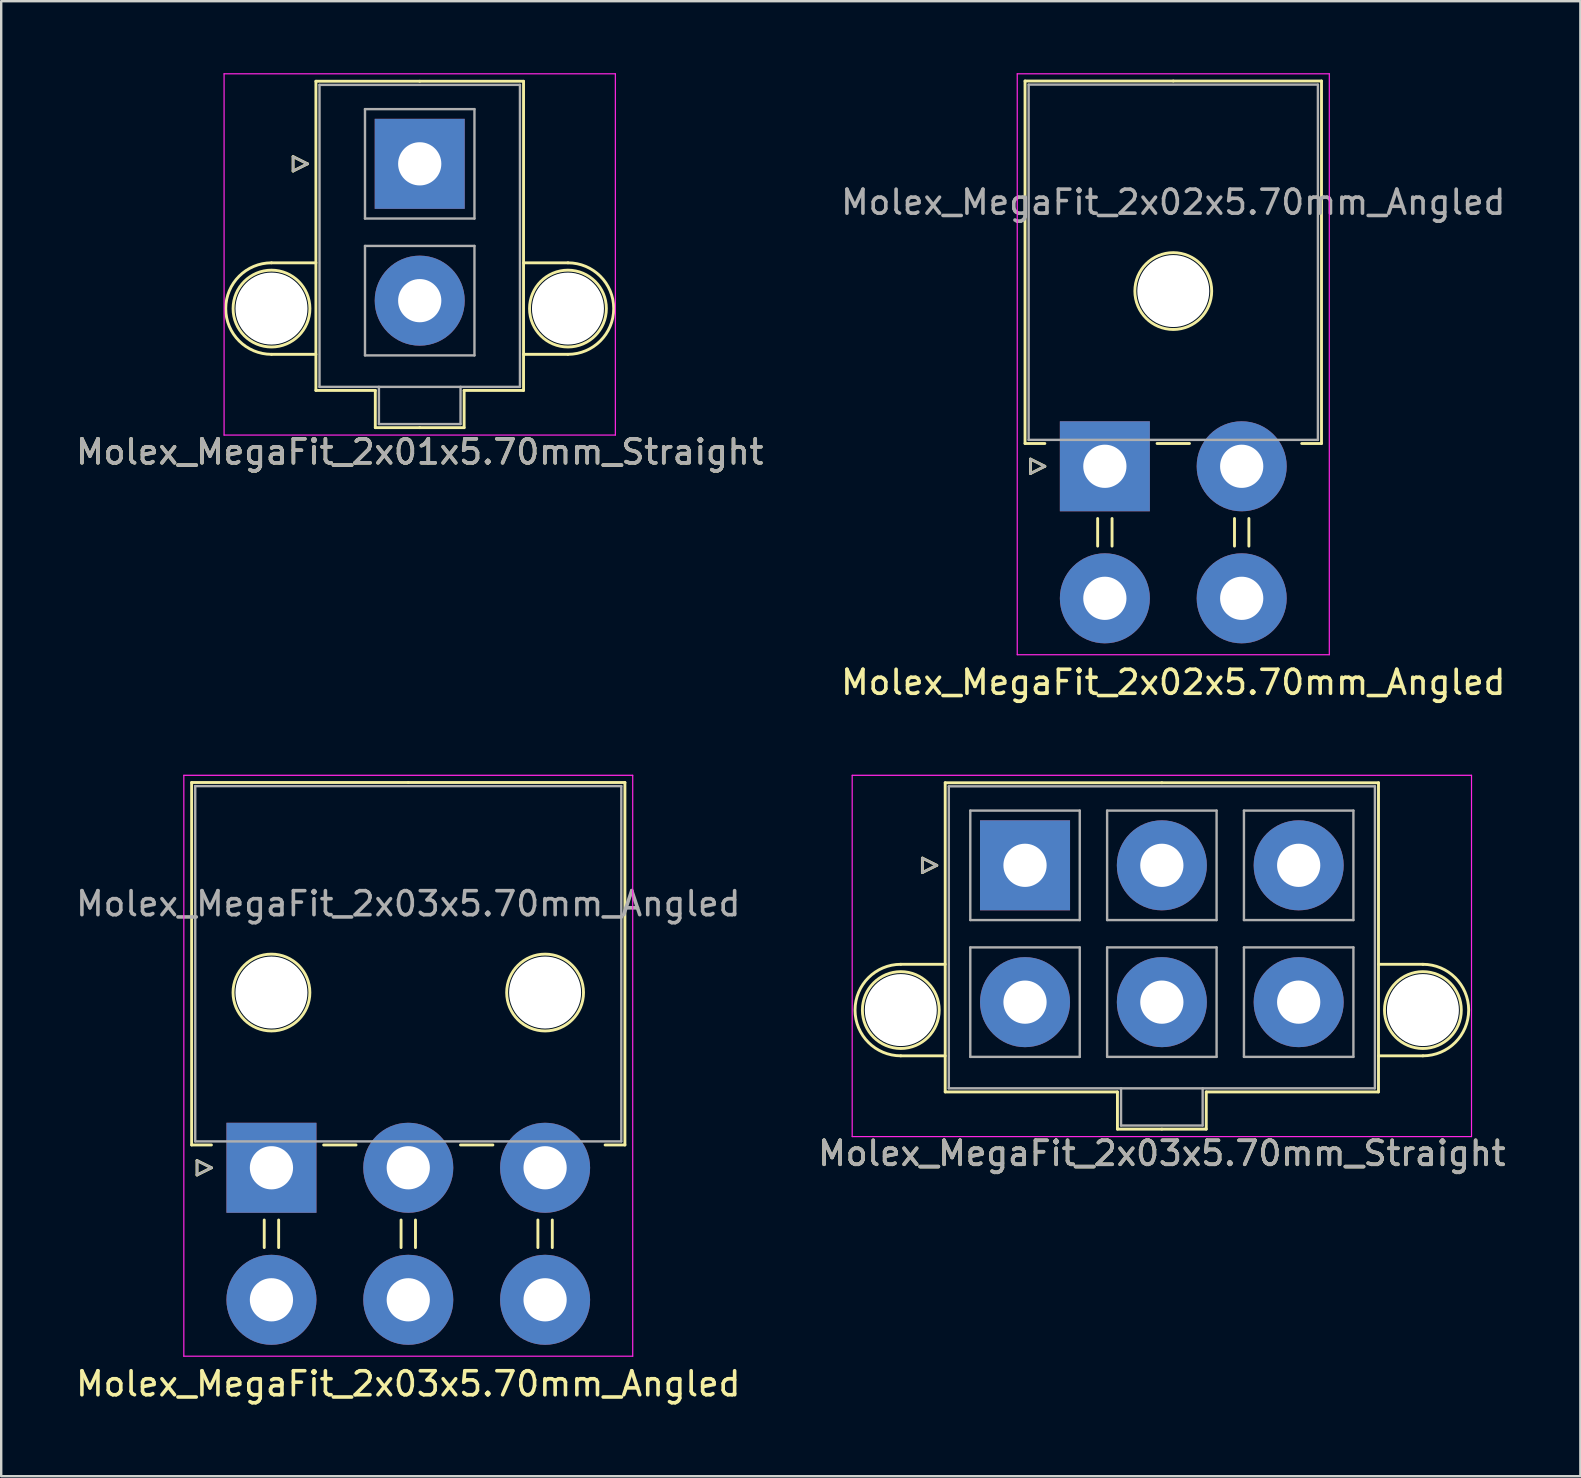
<source format=kicad_pcb>
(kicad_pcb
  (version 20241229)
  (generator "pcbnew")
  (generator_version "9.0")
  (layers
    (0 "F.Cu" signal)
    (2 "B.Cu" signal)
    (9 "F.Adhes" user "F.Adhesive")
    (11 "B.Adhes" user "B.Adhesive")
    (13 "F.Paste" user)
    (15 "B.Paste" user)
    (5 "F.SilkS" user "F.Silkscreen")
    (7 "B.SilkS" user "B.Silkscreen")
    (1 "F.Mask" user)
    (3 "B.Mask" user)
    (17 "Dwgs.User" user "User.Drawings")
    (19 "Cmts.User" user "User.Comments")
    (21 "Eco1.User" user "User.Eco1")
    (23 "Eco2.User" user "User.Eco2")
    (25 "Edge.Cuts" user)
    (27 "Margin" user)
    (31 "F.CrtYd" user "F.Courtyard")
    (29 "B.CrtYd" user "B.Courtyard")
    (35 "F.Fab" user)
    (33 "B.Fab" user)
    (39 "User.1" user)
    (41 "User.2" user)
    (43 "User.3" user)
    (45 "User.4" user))
  (footprint "Molex_MegaFit_2x01x5.70mm_Straight"
    (layer "F.Cu")
    (at 14.435 3.775)
    (property "Reference" "Molex_MegaFit_2x01x5.70mm_Straight" (at 0 12 0) (layer "F.SilkS") (effects (font (size 1 1) (thickness 0.15))))
    (attr through_hole)
    (fp_line (start -6.175 4.124) (end -4.325 4.124) (stroke (width 0.12) (type solid)) (layer "F.SilkS"))
    (fp_line (start -6.175 7.936) (end -4.325 7.936) (stroke (width 0.12) (type solid)) (layer "F.SilkS"))
    (fp_line (start -5.275 -0.3) (end -4.675 0) (stroke (width 0.12) (type solid)) (layer "F.SilkS"))
    (fp_line (start -5.275 0.3) (end -5.275 -0.3) (stroke (width 0.12) (type solid)) (layer "F.SilkS"))
    (fp_line (start -4.675 0) (end -5.275 0.3) (stroke (width 0.12) (type solid)) (layer "F.SilkS"))
    (fp_line (start -4.325 -3.44) (end -4.325 9.44) (stroke (width 0.12) (type solid)) (layer "F.SilkS"))
    (fp_line (start -4.325 9.44) (end -1.85 9.44) (stroke (width 0.12) (type solid)) (layer "F.SilkS"))
    (fp_line (start -1.85 9.44) (end -1.85 10.99) (stroke (width 0.12) (type solid)) (layer "F.SilkS"))
    (fp_line (start -1.85 10.99) (end 0 10.99) (stroke (width 0.12) (type solid)) (layer "F.SilkS"))
    (fp_line (start 0 -3.44) (end -4.325 -3.44) (stroke (width 0.12) (type solid)) (layer "F.SilkS"))
    (fp_line (start 0 -3.44) (end 4.325 -3.44) (stroke (width 0.12) (type solid)) (layer "F.SilkS"))
    (fp_line (start 1.85 9.44) (end 1.85 10.99) (stroke (width 0.12) (type solid)) (layer "F.SilkS"))
    (fp_line (start 1.85 10.99) (end 0 10.99) (stroke (width 0.12) (type solid)) (layer "F.SilkS"))
    (fp_line (start 4.325 -3.44) (end 4.325 9.44) (stroke (width 0.12) (type solid)) (layer "F.SilkS"))
    (fp_line (start 4.325 9.44) (end 1.85 9.44) (stroke (width 0.12) (type solid)) (layer "F.SilkS"))
    (fp_line (start 6.175 4.124) (end 4.325 4.124) (stroke (width 0.12) (type solid)) (layer "F.SilkS"))
    (fp_line (start 6.175 7.936) (end 4.325 7.936) (stroke (width 0.12) (type solid)) (layer "F.SilkS"))
    (fp_arc (start -6.175 7.93625) (mid -8.08125 6.03) (end -6.175 4.12375) (stroke (width 0.12) (type solid)) (layer "F.SilkS"))
    (fp_arc (start 6.175 4.12375) (mid 8.08125 6.03) (end 6.175 7.93625) (stroke (width 0.12) (type solid)) (layer "F.SilkS"))
    (fp_circle (center -6.175 6.03) (end -4.575 6.03) (stroke (width 0.12) (type solid)) (fill no) (layer "F.SilkS"))
    (fp_circle (center 6.175 6.03) (end 7.775 6.03) (stroke (width 0.12) (type solid)) (fill no) (layer "F.SilkS"))
    (fp_line (start -8.15 -3.75) (end -8.15 11.3) (stroke (width 0.05) (type solid)) (layer "F.CrtYd"))
    (fp_line (start -8.15 11.3) (end 8.15 11.3) (stroke (width 0.05) (type solid)) (layer "F.CrtYd"))
    (fp_line (start 8.15 -3.75) (end -8.15 -3.75) (stroke (width 0.05) (type solid)) (layer "F.CrtYd"))
    (fp_line (start 8.15 11.3) (end 8.15 -3.75) (stroke (width 0.05) (type solid)) (layer "F.CrtYd"))
    (fp_line (start -5.275 -0.3) (end -4.675 0) (stroke (width 0.1) (type solid)) (layer "F.Fab"))
    (fp_line (start -5.275 0.3) (end -5.275 -0.3) (stroke (width 0.1) (type solid)) (layer "F.Fab"))
    (fp_line (start -4.675 0) (end -5.275 0.3) (stroke (width 0.1) (type solid)) (layer "F.Fab"))
    (fp_line (start -4.175 -3.29) (end -4.175 9.29) (stroke (width 0.1) (type solid)) (layer "F.Fab"))
    (fp_line (start -4.175 9.29) (end 4.175 9.29) (stroke (width 0.1) (type solid)) (layer "F.Fab"))
    (fp_line (start -2.28 -2.28) (end -2.28 2.28) (stroke (width 0.1) (type solid)) (layer "F.Fab"))
    (fp_line (start -2.28 2.28) (end 2.28 2.28) (stroke (width 0.1) (type solid)) (layer "F.Fab"))
    (fp_line (start -2.28 3.42) (end -2.28 7.98) (stroke (width 0.1) (type solid)) (layer "F.Fab"))
    (fp_line (start -2.28 7.98) (end 2.28 7.98) (stroke (width 0.1) (type solid)) (layer "F.Fab"))
    (fp_line (start -1.7 9.29) (end -1.7 10.84) (stroke (width 0.1) (type solid)) (layer "F.Fab"))
    (fp_line (start -1.7 10.84) (end 1.7 10.84) (stroke (width 0.1) (type solid)) (layer "F.Fab"))
    (fp_line (start 1.7 10.84) (end 1.7 9.29) (stroke (width 0.1) (type solid)) (layer "F.Fab"))
    (fp_line (start 2.28 -2.28) (end -2.28 -2.28) (stroke (width 0.1) (type solid)) (layer "F.Fab"))
    (fp_line (start 2.28 2.28) (end 2.28 -2.28) (stroke (width 0.1) (type solid)) (layer "F.Fab"))
    (fp_line (start 2.28 3.42) (end -2.28 3.42) (stroke (width 0.1) (type solid)) (layer "F.Fab"))
    (fp_line (start 2.28 7.98) (end 2.28 3.42) (stroke (width 0.1) (type solid)) (layer "F.Fab"))
    (fp_line (start 4.175 -3.29) (end -4.175 -3.29) (stroke (width 0.1) (type solid)) (layer "F.Fab"))
    (fp_line (start 4.175 9.29) (end 4.175 -3.29) (stroke (width 0.1) (type solid)) (layer "F.Fab"))
    (fp_text user "${REFERENCE}" (at 0 12 0) (layer "F.Fab") (effects (font (size 1 1) (thickness 0.15))))
    (pad "" np_thru_hole circle (at -6.175 6.03) (size 3 3) (drill 3) (layers "*.Cu" "*.Mask"))
    (pad "" np_thru_hole circle (at 6.175 6.03) (size 3 3) (drill 3) (layers "*.Cu" "*.Mask"))
    (pad "1" thru_hole rect (at 0 0) (size 3.75 3.75) (drill 1.8) (layers "*.Cu" "*.Mask"))
    (pad "2" thru_hole circle (at 0 5.7) (size 3.75 3.75) (drill 1.8) (layers "*.Cu" "*.Mask")))
  (footprint "Molex_MegaFit_2x03x5.70mm_Straight"
    (layer "F.Cu")
    (at 39.651 32.998)
    (property "Reference" "Molex_MegaFit_2x03x5.70mm_Straight" (at 5.7 12 0) (layer "F.SilkS") (effects (font (size 1 1) (thickness 0.15))))
    (attr through_hole)
    (fp_line (start -5.175 4.124) (end -3.325 4.124) (stroke (width 0.12) (type solid)) (layer "F.SilkS"))
    (fp_line (start -5.175 7.936) (end -3.325 7.936) (stroke (width 0.12) (type solid)) (layer "F.SilkS"))
    (fp_line (start -4.275 -0.3) (end -3.675 0) (stroke (width 0.12) (type solid)) (layer "F.SilkS"))
    (fp_line (start -4.275 0.3) (end -4.275 -0.3) (stroke (width 0.12) (type solid)) (layer "F.SilkS"))
    (fp_line (start -3.675 0) (end -4.275 0.3) (stroke (width 0.12) (type solid)) (layer "F.SilkS"))
    (fp_line (start -3.325 -3.44) (end -3.325 9.44) (stroke (width 0.12) (type solid)) (layer "F.SilkS"))
    (fp_line (start -3.325 9.44) (end 3.85 9.44) (stroke (width 0.12) (type solid)) (layer "F.SilkS"))
    (fp_line (start 3.85 9.44) (end 3.85 10.99) (stroke (width 0.12) (type solid)) (layer "F.SilkS"))
    (fp_line (start 3.85 10.99) (end 5.7 10.99) (stroke (width 0.12) (type solid)) (layer "F.SilkS"))
    (fp_line (start 5.7 -3.44) (end -3.325 -3.44) (stroke (width 0.12) (type solid)) (layer "F.SilkS"))
    (fp_line (start 5.7 -3.44) (end 14.725 -3.44) (stroke (width 0.12) (type solid)) (layer "F.SilkS"))
    (fp_line (start 7.55 9.44) (end 7.55 10.99) (stroke (width 0.12) (type solid)) (layer "F.SilkS"))
    (fp_line (start 7.55 10.99) (end 5.7 10.99) (stroke (width 0.12) (type solid)) (layer "F.SilkS"))
    (fp_line (start 14.725 -3.44) (end 14.725 9.44) (stroke (width 0.12) (type solid)) (layer "F.SilkS"))
    (fp_line (start 14.725 9.44) (end 7.55 9.44) (stroke (width 0.12) (type solid)) (layer "F.SilkS"))
    (fp_line (start 16.575 4.124) (end 14.725 4.124) (stroke (width 0.12) (type solid)) (layer "F.SilkS"))
    (fp_line (start 16.575 7.936) (end 14.725 7.936) (stroke (width 0.12) (type solid)) (layer "F.SilkS"))
    (fp_arc (start -5.175 7.93625) (mid -7.08125 6.03) (end -5.175 4.12375) (stroke (width 0.12) (type solid)) (layer "F.SilkS"))
    (fp_arc (start 16.575 4.12375) (mid 18.48125 6.03) (end 16.575 7.93625) (stroke (width 0.12) (type solid)) (layer "F.SilkS"))
    (fp_circle (center -5.175 6.03) (end -3.575 6.03) (stroke (width 0.12) (type solid)) (fill no) (layer "F.SilkS"))
    (fp_circle (center 16.575 6.03) (end 18.175 6.03) (stroke (width 0.12) (type solid)) (fill no) (layer "F.SilkS"))
    (fp_line (start -7.2 -3.75) (end -7.2 11.3) (stroke (width 0.05) (type solid)) (layer "F.CrtYd"))
    (fp_line (start -7.2 11.3) (end 18.6 11.3) (stroke (width 0.05) (type solid)) (layer "F.CrtYd"))
    (fp_line (start 18.6 -3.75) (end -7.2 -3.75) (stroke (width 0.05) (type solid)) (layer "F.CrtYd"))
    (fp_line (start 18.6 11.3) (end 18.6 -3.75) (stroke (width 0.05) (type solid)) (layer "F.CrtYd"))
    (fp_line (start -4.275 -0.3) (end -3.675 0) (stroke (width 0.1) (type solid)) (layer "F.Fab"))
    (fp_line (start -4.275 0.3) (end -4.275 -0.3) (stroke (width 0.1) (type solid)) (layer "F.Fab"))
    (fp_line (start -3.675 0) (end -4.275 0.3) (stroke (width 0.1) (type solid)) (layer "F.Fab"))
    (fp_line (start -3.175 -3.29) (end -3.175 9.29) (stroke (width 0.1) (type solid)) (layer "F.Fab"))
    (fp_line (start -3.175 9.29) (end 14.575 9.29) (stroke (width 0.1) (type solid)) (layer "F.Fab"))
    (fp_line (start -2.28 -2.28) (end -2.28 2.28) (stroke (width 0.1) (type solid)) (layer "F.Fab"))
    (fp_line (start -2.28 2.28) (end 2.28 2.28) (stroke (width 0.1) (type solid)) (layer "F.Fab"))
    (fp_line (start -2.28 3.42) (end -2.28 7.98) (stroke (width 0.1) (type solid)) (layer "F.Fab"))
    (fp_line (start -2.28 7.98) (end 2.28 7.98) (stroke (width 0.1) (type solid)) (layer "F.Fab"))
    (fp_line (start 2.28 -2.28) (end -2.28 -2.28) (stroke (width 0.1) (type solid)) (layer "F.Fab"))
    (fp_line (start 2.28 2.28) (end 2.28 -2.28) (stroke (width 0.1) (type solid)) (layer "F.Fab"))
    (fp_line (start 2.28 3.42) (end -2.28 3.42) (stroke (width 0.1) (type solid)) (layer "F.Fab"))
    (fp_line (start 2.28 7.98) (end 2.28 3.42) (stroke (width 0.1) (type solid)) (layer "F.Fab"))
    (fp_line (start 3.42 -2.28) (end 3.42 2.28) (stroke (width 0.1) (type solid)) (layer "F.Fab"))
    (fp_line (start 3.42 2.28) (end 7.98 2.28) (stroke (width 0.1) (type solid)) (layer "F.Fab"))
    (fp_line (start 3.42 3.42) (end 3.42 7.98) (stroke (width 0.1) (type solid)) (layer "F.Fab"))
    (fp_line (start 3.42 7.98) (end 7.98 7.98) (stroke (width 0.1) (type solid)) (layer "F.Fab"))
    (fp_line (start 4 9.29) (end 4 10.84) (stroke (width 0.1) (type solid)) (layer "F.Fab"))
    (fp_line (start 4 10.84) (end 7.4 10.84) (stroke (width 0.1) (type solid)) (layer "F.Fab"))
    (fp_line (start 7.4 10.84) (end 7.4 9.29) (stroke (width 0.1) (type solid)) (layer "F.Fab"))
    (fp_line (start 7.98 -2.28) (end 3.42 -2.28) (stroke (width 0.1) (type solid)) (layer "F.Fab"))
    (fp_line (start 7.98 2.28) (end 7.98 -2.28) (stroke (width 0.1) (type solid)) (layer "F.Fab"))
    (fp_line (start 7.98 3.42) (end 3.42 3.42) (stroke (width 0.1) (type solid)) (layer "F.Fab"))
    (fp_line (start 7.98 7.98) (end 7.98 3.42) (stroke (width 0.1) (type solid)) (layer "F.Fab"))
    (fp_line (start 9.12 -2.28) (end 9.12 2.28) (stroke (width 0.1) (type solid)) (layer "F.Fab"))
    (fp_line (start 9.12 2.28) (end 13.68 2.28) (stroke (width 0.1) (type solid)) (layer "F.Fab"))
    (fp_line (start 9.12 3.42) (end 9.12 7.98) (stroke (width 0.1) (type solid)) (layer "F.Fab"))
    (fp_line (start 9.12 7.98) (end 13.68 7.98) (stroke (width 0.1) (type solid)) (layer "F.Fab"))
    (fp_line (start 13.68 -2.28) (end 9.12 -2.28) (stroke (width 0.1) (type solid)) (layer "F.Fab"))
    (fp_line (start 13.68 2.28) (end 13.68 -2.28) (stroke (width 0.1) (type solid)) (layer "F.Fab"))
    (fp_line (start 13.68 3.42) (end 9.12 3.42) (stroke (width 0.1) (type solid)) (layer "F.Fab"))
    (fp_line (start 13.68 7.98) (end 13.68 3.42) (stroke (width 0.1) (type solid)) (layer "F.Fab"))
    (fp_line (start 14.575 -3.29) (end -3.175 -3.29) (stroke (width 0.1) (type solid)) (layer "F.Fab"))
    (fp_line (start 14.575 9.29) (end 14.575 -3.29) (stroke (width 0.1) (type solid)) (layer "F.Fab"))
    (fp_text user "${REFERENCE}" (at 5.7 12 0) (layer "F.Fab") (effects (font (size 1 1) (thickness 0.15))))
    (pad "" np_thru_hole circle (at -5.175 6.03) (size 3 3) (drill 3) (layers "*.Cu" "*.Mask"))
    (pad "" np_thru_hole circle (at 16.575 6.03) (size 3 3) (drill 3) (layers "*.Cu" "*.Mask"))
    (pad "1" thru_hole rect (at 0 0) (size 3.75 3.75) (drill 1.8) (layers "*.Cu" "*.Mask"))
    (pad "2" thru_hole circle (at 5.7 0) (size 3.75 3.75) (drill 1.8) (layers "*.Cu" "*.Mask"))
    (pad "3" thru_hole circle (at 11.4 0) (size 3.75 3.75) (drill 1.8) (layers "*.Cu" "*.Mask"))
    (pad "4" thru_hole circle (at 0 5.7) (size 3.75 3.75) (drill 1.8) (layers "*.Cu" "*.Mask"))
    (pad "5" thru_hole circle (at 5.7 5.7) (size 3.75 3.75) (drill 1.8) (layers "*.Cu" "*.Mask"))
    (pad "6" thru_hole circle (at 11.4 5.7) (size 3.75 3.75) (drill 1.8) (layers "*.Cu" "*.Mask")))
  (footprint "Molex_MegaFit_2x02x5.70mm_Angled"
    (layer "F.Cu")
    (at 42.977 16.375)
    (property "Reference" "Molex_MegaFit_2x02x5.70mm_Angled" (at 2.85 9 0) (layer "F.SilkS") (effects (font (size 1 1) (thickness 0.15))))
    (attr through_hole)
    (fp_line (start -3.325 -16.05) (end -3.325 -0.95) (stroke (width 0.12) (type solid)) (layer "F.SilkS"))
    (fp_line (start -3.325 -0.95) (end -2.5 -0.95) (stroke (width 0.12) (type solid)) (layer "F.SilkS"))
    (fp_line (start -3.1 -0.3) (end -2.5 0) (stroke (width 0.12) (type solid)) (layer "F.SilkS"))
    (fp_line (start -3.1 0.3) (end -3.1 -0.3) (stroke (width 0.12) (type solid)) (layer "F.SilkS"))
    (fp_line (start -2.5 0) (end -3.1 0.3) (stroke (width 0.12) (type solid)) (layer "F.SilkS"))
    (fp_line (start -0.3 2.175) (end -0.3 3.325) (stroke (width 0.12) (type solid)) (layer "F.SilkS"))
    (fp_line (start 0.3 2.175) (end 0.3 3.325) (stroke (width 0.12) (type solid)) (layer "F.SilkS"))
    (fp_line (start 2.175 -0.95) (end 3.525 -0.95) (stroke (width 0.12) (type solid)) (layer "F.SilkS"))
    (fp_line (start 2.85 -16.05) (end -3.325 -16.05) (stroke (width 0.12) (type solid)) (layer "F.SilkS"))
    (fp_line (start 2.85 -16.05) (end 9.025 -16.05) (stroke (width 0.12) (type solid)) (layer "F.SilkS"))
    (fp_line (start 5.4 2.175) (end 5.4 3.325) (stroke (width 0.12) (type solid)) (layer "F.SilkS"))
    (fp_line (start 6 2.175) (end 6 3.325) (stroke (width 0.12) (type solid)) (layer "F.SilkS"))
    (fp_line (start 9.025 -16.05) (end 9.025 -0.95) (stroke (width 0.12) (type solid)) (layer "F.SilkS"))
    (fp_line (start 9.025 -0.95) (end 8.2 -0.95) (stroke (width 0.12) (type solid)) (layer "F.SilkS"))
    (fp_circle (center 2.85 -7.3) (end 4.45 -7.3) (stroke (width 0.12) (type solid)) (fill no) (layer "F.SilkS"))
    (fp_line (start -3.65 -16.35) (end -3.65 7.85) (stroke (width 0.05) (type solid)) (layer "F.CrtYd"))
    (fp_line (start -3.65 7.85) (end 9.35 7.85) (stroke (width 0.05) (type solid)) (layer "F.CrtYd"))
    (fp_line (start 9.35 -16.35) (end -3.65 -16.35) (stroke (width 0.05) (type solid)) (layer "F.CrtYd"))
    (fp_line (start 9.35 7.85) (end 9.35 -16.35) (stroke (width 0.05) (type solid)) (layer "F.CrtYd"))
    (fp_line (start -3.175 -15.9) (end -3.175 -1.1) (stroke (width 0.1) (type solid)) (layer "F.Fab"))
    (fp_line (start -3.175 -1.1) (end 8.875 -1.1) (stroke (width 0.1) (type solid)) (layer "F.Fab"))
    (fp_line (start -3.1 -0.3) (end -2.5 0) (stroke (width 0.1) (type solid)) (layer "F.Fab"))
    (fp_line (start -3.1 0.3) (end -3.1 -0.3) (stroke (width 0.1) (type solid)) (layer "F.Fab"))
    (fp_line (start -2.5 0) (end -3.1 0.3) (stroke (width 0.1) (type solid)) (layer "F.Fab"))
    (fp_line (start 8.875 -15.9) (end -3.175 -15.9) (stroke (width 0.1) (type solid)) (layer "F.Fab"))
    (fp_line (start 8.875 -1.1) (end 8.875 -15.9) (stroke (width 0.1) (type solid)) (layer "F.Fab"))
    (fp_text user "${REFERENCE}" (at 2.85 -11 0) (layer "F.Fab") (effects (font (size 1 1) (thickness 0.15))))
    (pad "" np_thru_hole circle (at 2.85 -7.3) (size 3 3) (drill 3) (layers "*.Cu" "*.Mask"))
    (pad "1" thru_hole rect (at 0 0) (size 3.75 3.75) (drill 1.8) (layers "*.Cu" "*.Mask"))
    (pad "2" thru_hole circle (at 5.7 0) (size 3.75 3.75) (drill 1.8) (layers "*.Cu" "*.Mask"))
    (pad "3" thru_hole circle (at 0 5.5) (size 3.75 3.75) (drill 1.8) (layers "*.Cu" "*.Mask"))
    (pad "4" thru_hole circle (at 5.7 5.5) (size 3.75 3.75) (drill 1.8) (layers "*.Cu" "*.Mask")))
  (footprint "Molex_MegaFit_2x03x5.70mm_Angled"
    (layer "F.Cu")
    (at 8.258 45.598)
    (property "Reference" "Molex_MegaFit_2x03x5.70mm_Angled" (at 5.7 9 0) (layer "F.SilkS") (effects (font (size 1 1) (thickness 0.15))))
    (attr through_hole)
    (fp_line (start -3.325 -16.05) (end -3.325 -0.95) (stroke (width 0.12) (type solid)) (layer "F.SilkS"))
    (fp_line (start -3.325 -0.95) (end -2.5 -0.95) (stroke (width 0.12) (type solid)) (layer "F.SilkS"))
    (fp_line (start -3.1 -0.3) (end -2.5 0) (stroke (width 0.12) (type solid)) (layer "F.SilkS"))
    (fp_line (start -3.1 0.3) (end -3.1 -0.3) (stroke (width 0.12) (type solid)) (layer "F.SilkS"))
    (fp_line (start -2.5 0) (end -3.1 0.3) (stroke (width 0.12) (type solid)) (layer "F.SilkS"))
    (fp_line (start -0.3 2.175) (end -0.3 3.325) (stroke (width 0.12) (type solid)) (layer "F.SilkS"))
    (fp_line (start 0.3 2.175) (end 0.3 3.325) (stroke (width 0.12) (type solid)) (layer "F.SilkS"))
    (fp_line (start 2.175 -0.95) (end 3.525 -0.95) (stroke (width 0.12) (type solid)) (layer "F.SilkS"))
    (fp_line (start 5.4 2.175) (end 5.4 3.325) (stroke (width 0.12) (type solid)) (layer "F.SilkS"))
    (fp_line (start 5.7 -16.05) (end -3.325 -16.05) (stroke (width 0.12) (type solid)) (layer "F.SilkS"))
    (fp_line (start 5.7 -16.05) (end 14.725 -16.05) (stroke (width 0.12) (type solid)) (layer "F.SilkS"))
    (fp_line (start 6 2.175) (end 6 3.325) (stroke (width 0.12) (type solid)) (layer "F.SilkS"))
    (fp_line (start 7.875 -0.95) (end 9.225 -0.95) (stroke (width 0.12) (type solid)) (layer "F.SilkS"))
    (fp_line (start 11.1 2.175) (end 11.1 3.325) (stroke (width 0.12) (type solid)) (layer "F.SilkS"))
    (fp_line (start 11.7 2.175) (end 11.7 3.325) (stroke (width 0.12) (type solid)) (layer "F.SilkS"))
    (fp_line (start 14.725 -16.05) (end 14.725 -0.95) (stroke (width 0.12) (type solid)) (layer "F.SilkS"))
    (fp_line (start 14.725 -0.95) (end 13.9 -0.95) (stroke (width 0.12) (type solid)) (layer "F.SilkS"))
    (fp_circle (center 0 -7.3) (end 1.6 -7.3) (stroke (width 0.12) (type solid)) (fill no) (layer "F.SilkS"))
    (fp_circle (center 11.4 -7.3) (end 13 -7.3) (stroke (width 0.12) (type solid)) (fill no) (layer "F.SilkS"))
    (fp_line (start -3.65 -16.35) (end -3.65 7.85) (stroke (width 0.05) (type solid)) (layer "F.CrtYd"))
    (fp_line (start -3.65 7.85) (end 15.05 7.85) (stroke (width 0.05) (type solid)) (layer "F.CrtYd"))
    (fp_line (start 15.05 -16.35) (end -3.65 -16.35) (stroke (width 0.05) (type solid)) (layer "F.CrtYd"))
    (fp_line (start 15.05 7.85) (end 15.05 -16.35) (stroke (width 0.05) (type solid)) (layer "F.CrtYd"))
    (fp_line (start -3.175 -15.9) (end -3.175 -1.1) (stroke (width 0.1) (type solid)) (layer "F.Fab"))
    (fp_line (start -3.175 -1.1) (end 14.575 -1.1) (stroke (width 0.1) (type solid)) (layer "F.Fab"))
    (fp_line (start -3.1 -0.3) (end -2.5 0) (stroke (width 0.1) (type solid)) (layer "F.Fab"))
    (fp_line (start -3.1 0.3) (end -3.1 -0.3) (stroke (width 0.1) (type solid)) (layer "F.Fab"))
    (fp_line (start -2.5 0) (end -3.1 0.3) (stroke (width 0.1) (type solid)) (layer "F.Fab"))
    (fp_line (start 14.575 -15.9) (end -3.175 -15.9) (stroke (width 0.1) (type solid)) (layer "F.Fab"))
    (fp_line (start 14.575 -1.1) (end 14.575 -15.9) (stroke (width 0.1) (type solid)) (layer "F.Fab"))
    (fp_text user "${REFERENCE}" (at 5.7 -11 0) (layer "F.Fab") (effects (font (size 1 1) (thickness 0.15))))
    (pad "" np_thru_hole circle (at 0 -7.3) (size 3 3) (drill 3) (layers "*.Cu" "*.Mask"))
    (pad "" np_thru_hole circle (at 11.4 -7.3) (size 3 3) (drill 3) (layers "*.Cu" "*.Mask"))
    (pad "1" thru_hole rect (at 0 0) (size 3.75 3.75) (drill 1.8) (layers "*.Cu" "*.Mask"))
    (pad "2" thru_hole circle (at 5.7 0) (size 3.75 3.75) (drill 1.8) (layers "*.Cu" "*.Mask"))
    (pad "3" thru_hole circle (at 11.4 0) (size 3.75 3.75) (drill 1.8) (layers "*.Cu" "*.Mask"))
    (pad "4" thru_hole circle (at 0 5.5) (size 3.75 3.75) (drill 1.8) (layers "*.Cu" "*.Mask"))
    (pad "5" thru_hole circle (at 5.7 5.5) (size 3.75 3.75) (drill 1.8) (layers "*.Cu" "*.Mask"))
    (pad "6" thru_hole circle (at 11.4 5.5) (size 3.75 3.75) (drill 1.8) (layers "*.Cu" "*.Mask")))
  (gr_rect
    (start -3 -3)
    (end 62.786 58.447)
    (stroke (width 0.1) (type default))
    (fill no)
    (layer "Edge.Cuts")))
</source>
